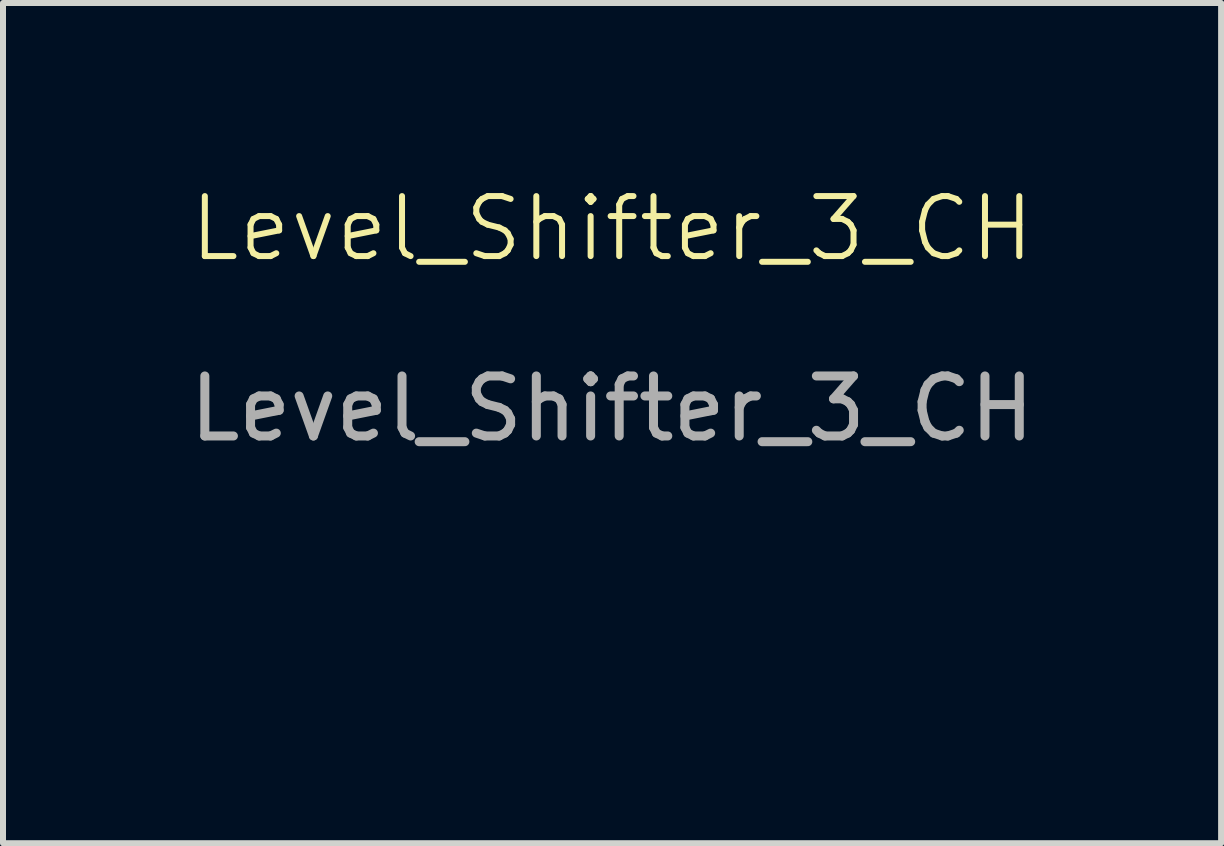
<source format=kicad_pcb>
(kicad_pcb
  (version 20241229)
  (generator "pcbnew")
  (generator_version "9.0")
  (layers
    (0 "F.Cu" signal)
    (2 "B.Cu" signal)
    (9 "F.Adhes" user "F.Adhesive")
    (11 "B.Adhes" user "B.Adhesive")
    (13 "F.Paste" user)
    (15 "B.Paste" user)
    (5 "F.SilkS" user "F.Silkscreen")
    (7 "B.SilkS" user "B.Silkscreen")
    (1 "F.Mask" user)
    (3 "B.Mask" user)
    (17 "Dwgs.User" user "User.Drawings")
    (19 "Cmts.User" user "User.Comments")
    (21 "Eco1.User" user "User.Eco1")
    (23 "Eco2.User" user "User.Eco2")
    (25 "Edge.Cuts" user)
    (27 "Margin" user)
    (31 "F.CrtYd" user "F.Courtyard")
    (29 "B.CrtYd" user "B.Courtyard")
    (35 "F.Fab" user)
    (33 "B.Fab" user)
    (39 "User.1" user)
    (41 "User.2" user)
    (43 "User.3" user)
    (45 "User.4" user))
  (footprint "Level_Shifter_3_CH"
    (layer "F.Cu")
    (at 7.149 7.75)
    (property "Reference" "Level_Shifter_3_CH" (at 0 -6.99 0) (unlocked yes) (layer "F.SilkS") (effects (font (size 1 1) (thickness 0.1))))
    (attr smd)
    (fp_text user "${REFERENCE}" (at 0 -3.99 0) (unlocked yes) (layer "F.Fab") (effects (font (size 1 1) (thickness 0.15)))))
  (gr_rect
    (start -3 -3)
    (end 17.298 11.001)
    (stroke (width 0.1) (type default))
    (fill no)
    (layer "Edge.Cuts")))
</source>
